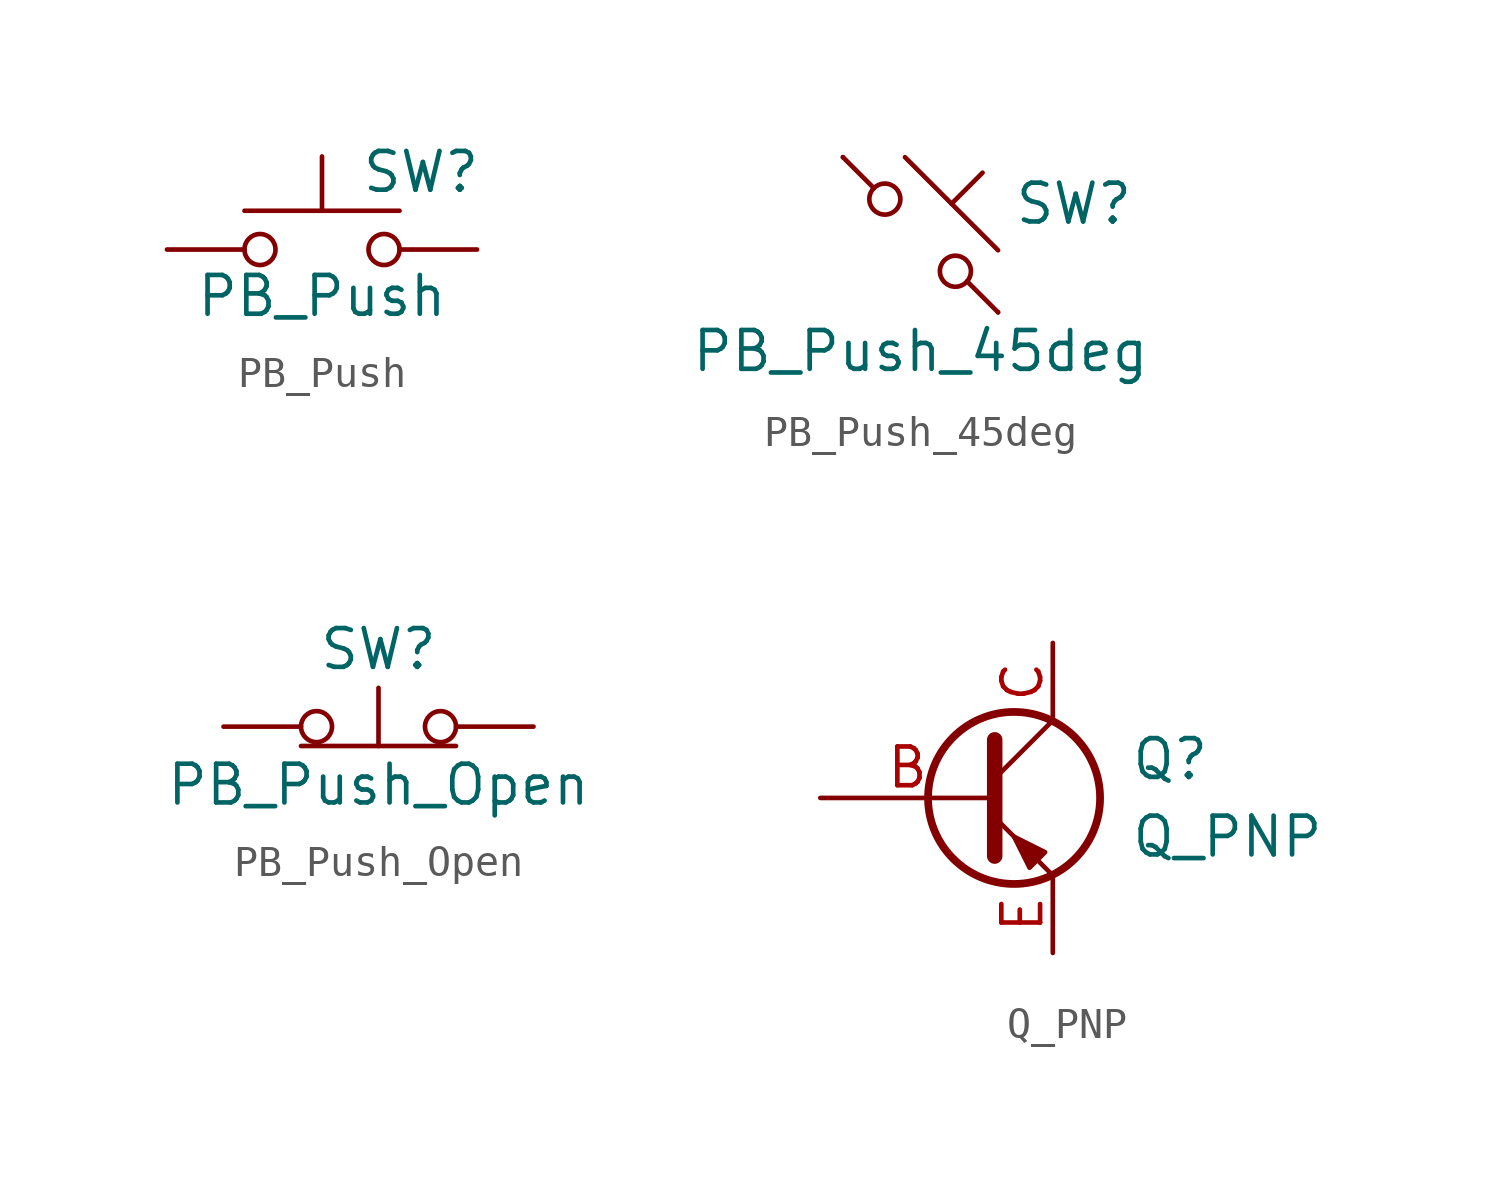
<source format=kicad_sym>
(kicad_symbol_lib
  (version 20211014)
  (generator kicad_symbol_editor)
  (symbol "PB_Push"
    (pin_numbers hide)
    (pin_names
      (offset 1.016) hide)
    (property "Reference" "SW"
      (at 1.27 2.54 0)
      (effects (font (size 1.27 1.27)) (justify left)))
    (property "Value" "PB_Push"
      (at 0 -1.524 0)
      (effects (font (size 1.27 1.27))))
    (symbol "PB_Push_0_1"
      (circle (center -2.032 0) (radius 0.508) (stroke (width 0) (type default) (color 0 0 0 0)) (fill (type none)))
      (polyline (pts (xy 0 1.27) (xy 0 3.048)) (stroke (width 0) (type default) (color 0 0 0 0)) (fill (type none)))
      (polyline (pts (xy 2.54 1.27) (xy -2.54 1.27)) (stroke (width 0) (type default) (color 0 0 0 0)) (fill (type none)))
      (circle (center 2.032 0) (radius 0.508) (stroke (width 0) (type default) (color 0 0 0 0)) (fill (type none)))
      (pin passive line (at -5.08 0 0) (length 2.54) (name "1" (effects (font (size 1.27 1.27)))) (number "1" (effects (font (size 1.27 1.27)))))
      (pin passive line (at 5.08 0 180) (length 2.54) (name "2" (effects (font (size 1.27 1.27)))) (number "2" (effects (font (size 1.27 1.27)))))))
  (symbol "PB_Push_45deg"
    (pin_numbers hide)
    (pin_names
      (offset 1.016) hide)
    (property "Reference" "SW"
      (at 3.048 1.016 0)
      (effects (font (size 1.27 1.27)) (justify left)))
    (property "Value" "PB_Push_45deg"
      (at 0 -3.81 0)
      (effects (font (size 1.27 1.27))))
    (symbol "PB_Push_45deg_0_1"
      (circle (center -1.168 1.168) (radius 0.508) (stroke (width 0) (type default) (color 0 0 0 0)) (fill (type none)))
      (polyline (pts (xy -0.508 2.54) (xy 2.54 -0.508)) (stroke (width 0) (type default) (color 0 0 0 0)) (fill (type none)))
      (polyline (pts (xy 1.016 1.016) (xy 2.032 2.032)) (stroke (width 0) (type default) (color 0 0 0 0)) (fill (type none)))
      (polyline (pts (xy -2.54 2.54) (xy -1.524 1.524) (xy -1.524 1.524)) (stroke (width 0) (type default) (color 0 0 0 0)) (fill (type none)))
      (polyline (pts (xy 1.524 -1.524) (xy 2.54 -2.54) (xy 2.54 -2.54) (xy 2.54 -2.54)) (stroke (width 0) (type default) (color 0 0 0 0)) (fill (type none)))
      (circle (center 1.143 -1.194) (radius 0.508) (stroke (width 0) (type default) (color 0 0 0 0)) (fill (type none)))
      (pin passive line (at -2.54 2.54 0) (length 0) (name "1" (effects (font (size 1.27 1.27)))) (number "1" (effects (font (size 1.27 1.27)))))
      (pin passive line (at 2.54 -2.54 180) (length 0) (name "2" (effects (font (size 1.27 1.27)))) (number "2" (effects (font (size 1.27 1.27)))))))
  (symbol "PB_Push_Open"
    (pin_numbers hide)
    (pin_names
      (offset 1.016) hide)
    (property "Reference" "SW"
      (at 0 2.54 0)
      (effects (font (size 1.27 1.27))))
    (property "Value" "PB_Push_Open"
      (at 0 -1.905 0)
      (effects (font (size 1.27 1.27))))
    (symbol "PB_Push_Open_0_1"
      (circle (center -2.032 0) (radius 0.508) (stroke (width 0) (type default) (color 0 0 0 0)) (fill (type none)))
      (polyline (pts (xy -2.54 -0.635) (xy 2.54 -0.635)) (stroke (width 0) (type default) (color 0 0 0 0)) (fill (type none)))
      (polyline (pts (xy 0 -0.635) (xy 0 1.27)) (stroke (width 0) (type default) (color 0 0 0 0)) (fill (type none)))
      (circle (center 2.032 0) (radius 0.508) (stroke (width 0) (type default) (color 0 0 0 0)) (fill (type none)))
      (pin passive line (at -5.08 0 0) (length 2.54) (name "A" (effects (font (size 1.27 1.27)))) (number "1" (effects (font (size 1.27 1.27))))))
    (symbol "PB_Push_Open_1_1"
      (pin passive line (at 5.08 0 180) (length 2.54) (name "B" (effects (font (size 1.27 1.27)))) (number "2" (effects (font (size 1.27 1.27)))))))
  (symbol "Q_PNP"
    (pin_names
      (offset 0) hide)
    (property "Reference" "Q"
      (at 5.08 1.27 0)
      (effects (font (size 1.27 1.27)) (justify left)))
    (property "Value" "Q_PNP"
      (at 5.08 -1.27 0)
      (effects (font (size 1.27 1.27)) (justify left)))
    (symbol "Q_PNP_0_1"
      (polyline (pts (xy 0.635 0.635) (xy 2.54 2.54)) (stroke (width 0) (type default) (color 0 0 0 0)) (fill (type none)))
      (polyline (pts (xy 0.635 -0.635) (xy 2.54 -2.54) (xy 2.54 -2.54)) (stroke (width 0) (type default) (color 0 0 0 0)) (fill (type none)))
      (polyline (pts (xy 0.635 1.905) (xy 0.635 -1.905) (xy 0.635 -1.905)) (stroke (width 0.508) (type default) (color 0 0 0 0)) (fill (type none)))
      (polyline (pts (xy 2.286 -1.778) (xy 1.778 -2.286) (xy 1.27 -1.27) (xy 2.286 -1.778) (xy 2.286 -1.778)) (stroke (width 0) (type default) (color 0 0 0 0)) (fill (type outline)))
      (circle (center 1.27 0) (radius 2.819) (stroke (width 0.254) (type default) (color 0 0 0 0)) (fill (type none))))
    (symbol "Q_PNP_1_1"
      (pin input line (at -5.08 0 0) (length 5.715) (name "B" (effects (font (size 1.27 1.27)))) (number "B" (effects (font (size 1.27 1.27)))))
      (pin passive line (at 2.54 5.08 270) (length 2.54) (name "C" (effects (font (size 1.27 1.27)))) (number "C" (effects (font (size 1.27 1.27)))))
      (pin passive line (at 2.54 -5.08 90) (length 2.54) (name "E" (effects (font (size 1.27 1.27)))) (number "E" (effects (font (size 1.27 1.27))))))))
</source>
